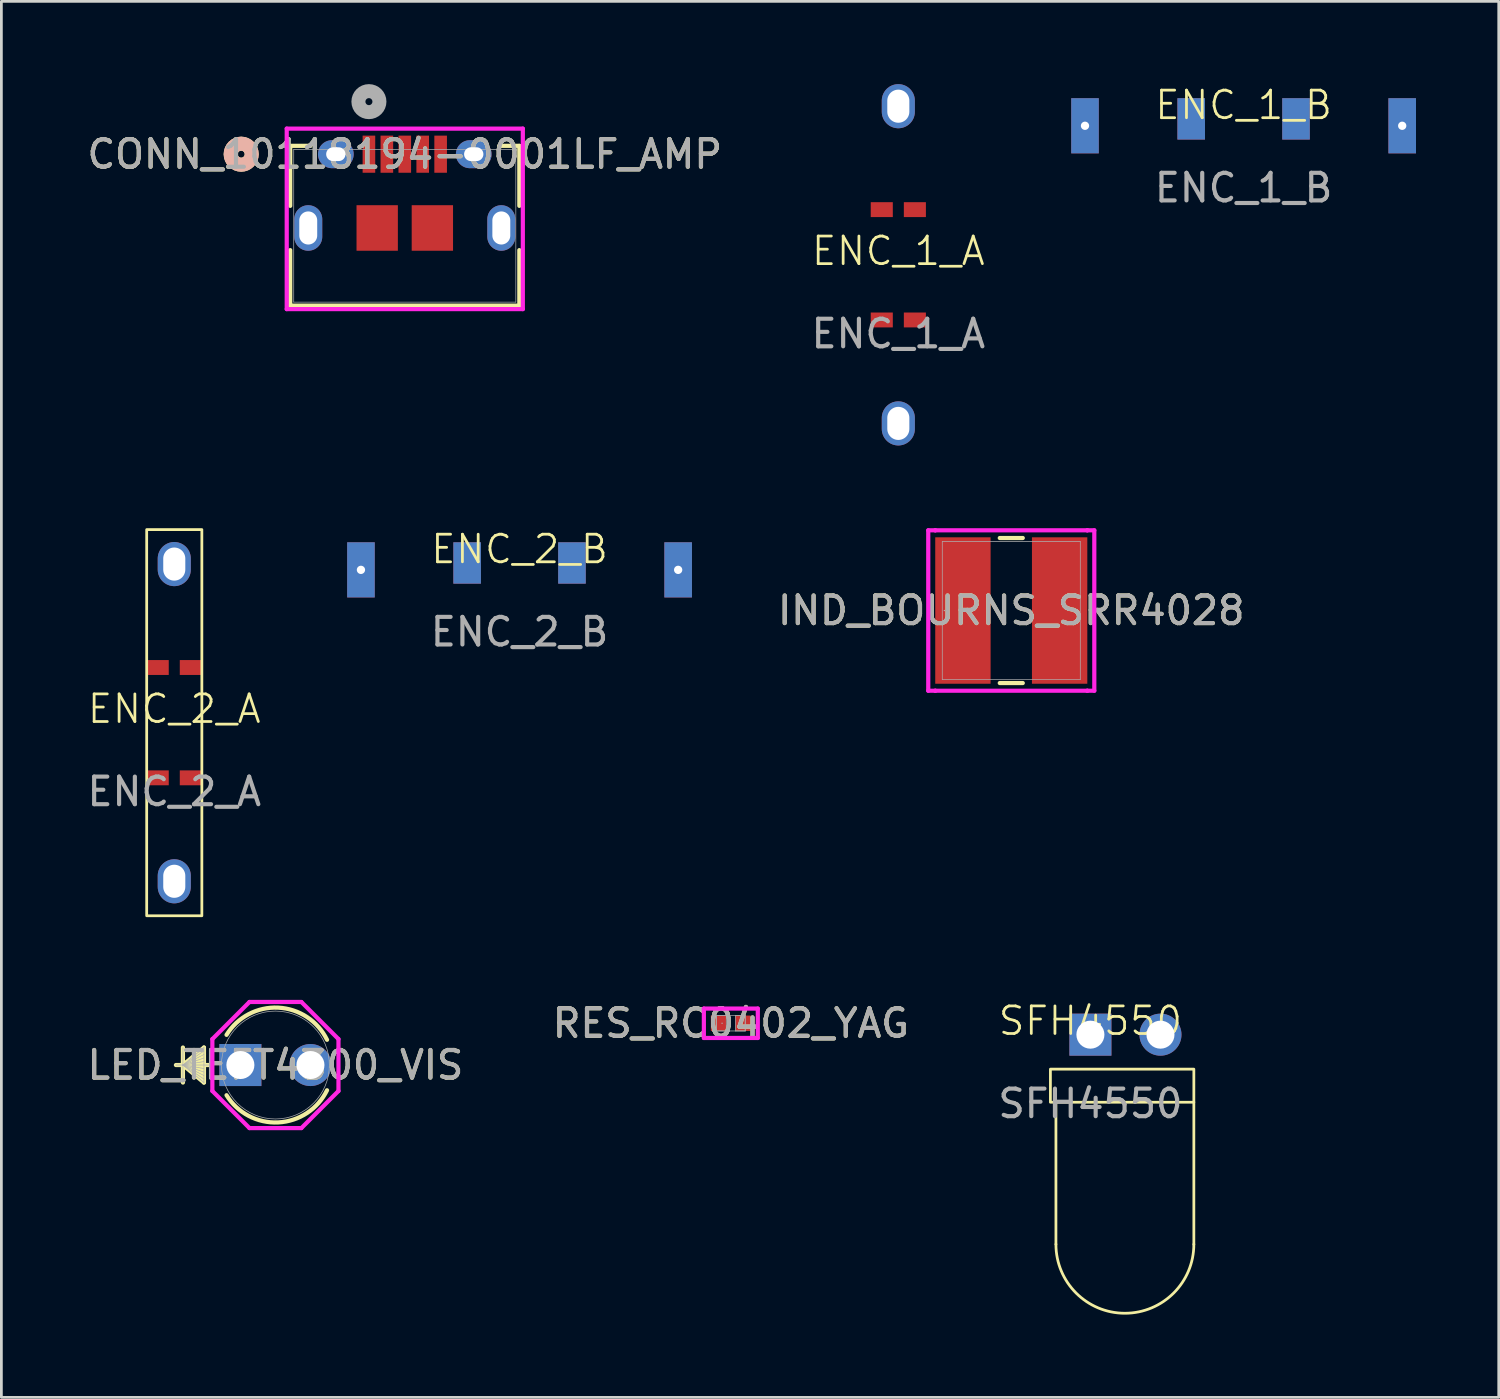
<source format=kicad_pcb>
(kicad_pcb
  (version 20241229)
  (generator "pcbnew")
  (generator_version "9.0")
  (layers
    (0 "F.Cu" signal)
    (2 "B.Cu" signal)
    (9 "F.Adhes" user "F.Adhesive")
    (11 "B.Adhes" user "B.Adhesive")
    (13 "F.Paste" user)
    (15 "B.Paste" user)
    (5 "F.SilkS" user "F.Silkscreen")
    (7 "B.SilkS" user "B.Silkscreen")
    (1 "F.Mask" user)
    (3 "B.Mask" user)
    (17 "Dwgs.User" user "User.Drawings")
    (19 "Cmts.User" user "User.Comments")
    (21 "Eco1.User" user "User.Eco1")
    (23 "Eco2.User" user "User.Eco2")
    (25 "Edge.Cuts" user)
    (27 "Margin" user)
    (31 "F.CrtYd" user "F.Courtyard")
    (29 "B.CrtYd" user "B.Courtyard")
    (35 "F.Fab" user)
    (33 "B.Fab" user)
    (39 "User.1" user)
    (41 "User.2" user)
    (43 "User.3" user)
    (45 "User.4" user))
  (footprint "LED_TEFT4300_VIS"
    (layer "F.Cu")
    (at 5.665 35.562)
    (property "Reference" "LED_TEFT4300_VIS" (at 1.27 0 0) (unlocked yes) (layer "F.SilkS") (effects (font (size 1 1) (thickness 0.15))))
    (attr through_hole)
    (fp_line (start -2.083 -0.635) (end -2.083 0.635) (stroke (width 0.152) (type solid)) (layer "F.SilkS"))
    (fp_line (start -2.083 0) (end -1.321 -0.635) (stroke (width 0.152) (type solid)) (layer "F.SilkS"))
    (fp_line (start -2.083 0) (end -1.321 -0.508) (stroke (width 0.152) (type solid)) (layer "F.SilkS"))
    (fp_line (start -2.083 0) (end -1.321 -0.381) (stroke (width 0.152) (type solid)) (layer "F.SilkS"))
    (fp_line (start -2.083 0) (end -1.321 -0.254) (stroke (width 0.152) (type solid)) (layer "F.SilkS"))
    (fp_line (start -2.083 0) (end -1.321 -0.127) (stroke (width 0.152) (type solid)) (layer "F.SilkS"))
    (fp_line (start -2.083 0) (end -1.321 0.127) (stroke (width 0.152) (type solid)) (layer "F.SilkS"))
    (fp_line (start -2.083 0) (end -1.321 0.254) (stroke (width 0.152) (type solid)) (layer "F.SilkS"))
    (fp_line (start -2.083 0) (end -1.321 0.381) (stroke (width 0.152) (type solid)) (layer "F.SilkS"))
    (fp_line (start -2.083 0) (end -1.321 0.508) (stroke (width 0.152) (type solid)) (layer "F.SilkS"))
    (fp_line (start -2.083 0) (end -1.321 0.635) (stroke (width 0.152) (type solid)) (layer "F.SilkS"))
    (fp_line (start -1.321 -0.635) (end -1.321 0.635) (stroke (width 0.152) (type solid)) (layer "F.SilkS"))
    (fp_line (start -1.095 0) (end -2.337 0) (stroke (width 0.152) (type solid)) (layer "F.SilkS"))
    (fp_arc (start -0.501891 -1.094742) (mid 1.372654 -2.080269) (end 3.141063 -0.914975) (stroke (width 0.1524) (type solid)) (layer "F.SilkS"))
    (fp_arc (start 3.141062 0.914976) (mid 1.372652 2.080269) (end -0.501892 1.09474) (stroke (width 0.1524) (type solid)) (layer "F.SilkS"))
    (fp_line (start -1.016 -0.941) (end 0.329 -2.286) (stroke (width 0.152) (type solid)) (layer "F.CrtYd"))
    (fp_line (start -1.016 0.941) (end -1.016 -0.941) (stroke (width 0.152) (type solid)) (layer "F.CrtYd"))
    (fp_line (start 0.329 -2.286) (end 2.211 -2.286) (stroke (width 0.152) (type solid)) (layer "F.CrtYd"))
    (fp_line (start 0.329 2.286) (end -1.016 0.941) (stroke (width 0.152) (type solid)) (layer "F.CrtYd"))
    (fp_line (start 2.211 -2.286) (end 3.556 -0.941) (stroke (width 0.152) (type solid)) (layer "F.CrtYd"))
    (fp_line (start 2.211 2.286) (end 0.329 2.286) (stroke (width 0.152) (type solid)) (layer "F.CrtYd"))
    (fp_line (start 3.556 -0.941) (end 3.556 0.941) (stroke (width 0.152) (type solid)) (layer "F.CrtYd"))
    (fp_line (start 3.556 0.941) (end 2.211 2.286) (stroke (width 0.152) (type solid)) (layer "F.CrtYd"))
    (fp_line (start -2.083 -0.635) (end -2.083 0.635) (stroke (width 0.025) (type solid)) (layer "F.Fab"))
    (fp_line (start -2.083 0) (end -1.321 -0.635) (stroke (width 0.025) (type solid)) (layer "F.Fab"))
    (fp_line (start -2.083 0) (end -1.321 -0.508) (stroke (width 0.025) (type solid)) (layer "F.Fab"))
    (fp_line (start -2.083 0) (end -1.321 -0.381) (stroke (width 0.025) (type solid)) (layer "F.Fab"))
    (fp_line (start -2.083 0) (end -1.321 -0.254) (stroke (width 0.025) (type solid)) (layer "F.Fab"))
    (fp_line (start -2.083 0) (end -1.321 -0.127) (stroke (width 0.025) (type solid)) (layer "F.Fab"))
    (fp_line (start -2.083 0) (end -1.321 0.127) (stroke (width 0.025) (type solid)) (layer "F.Fab"))
    (fp_line (start -2.083 0) (end -1.321 0.254) (stroke (width 0.025) (type solid)) (layer "F.Fab"))
    (fp_line (start -2.083 0) (end -1.321 0.381) (stroke (width 0.025) (type solid)) (layer "F.Fab"))
    (fp_line (start -2.083 0) (end -1.321 0.508) (stroke (width 0.025) (type solid)) (layer "F.Fab"))
    (fp_line (start -2.083 0) (end -1.321 0.635) (stroke (width 0.025) (type solid)) (layer "F.Fab"))
    (fp_line (start -1.321 -0.635) (end -1.321 0.635) (stroke (width 0.025) (type solid)) (layer "F.Fab"))
    (fp_line (start -1.067 0) (end -2.337 0) (stroke (width 0.025) (type solid)) (layer "F.Fab"))
    (fp_circle (center 1.27 0) (end 3.226 0) (stroke (width 0.025) (type solid)) (fill no) (layer "F.Fab"))
    (fp_text user "${REFERENCE}" (at 1.27 0 0) (unlocked yes) (layer "F.Fab") (effects (font (size 1 1) (thickness 0.15))))
    (pad "1" thru_hole rect (at 0 0) (size 1.524 1.524) (drill 1.016) (layers "*.Cu" "*.Mask"))
    (pad "2" thru_hole circle (at 2.54 0) (size 1.524 1.524) (drill 1.016) (layers "*.Cu" "*.Mask")))
  (footprint "ENC_2_B"
    (layer "F.Cu")
    (at 15.786 17.36)
    (property "Reference" "ENC_2_B" (at 0 -0.5 0) (unlocked yes) (layer "F.SilkS") (effects (font (size 1 1) (thickness 0.1))))
    (fp_text user "${REFERENCE}" (at 0 2.5 0) (unlocked yes) (layer "F.Fab") (effects (font (size 1 1) (thickness 0.15))))
    (pad "1" thru_hole rect (at -5.75 0.25) (size 1 2) (drill 0.3) (layers "*.Cu" "*.Mask"))
    (pad "2" smd rect (at 1.9 0) (size 1 1.5) (layers "B.Cu" "B.Mask" "B.Paste"))
    (pad "3" smd rect (at 1.9 0) (size 1 1.5) (layers "F.Cu" "F.Mask" "F.Paste"))
    (pad "4" smd rect (at -1.9 0) (size 1 1.5) (layers "B.Cu" "B.Mask" "B.Paste"))
    (pad "5" smd rect (at -1.9 0) (size 1 1.5) (layers "F.Cu" "F.Mask" "F.Paste"))
    (pad "6" thru_hole rect (at 5.75 0.25) (size 1 2) (drill 0.3) (layers "*.Cu" "*.Mask")))
  (footprint "ENC_1_A"
    (layer "F.Cu")
    (at 29.518 6.55)
    (property "Reference" "ENC_1_A" (at 0 -0.5 0) (unlocked yes) (layer "F.SilkS") (effects (font (size 1 1) (thickness 0.1))))
    (fp_text user "${REFERENCE}" (at 0 2.5 0) (unlocked yes) (layer "F.Fab") (effects (font (size 1 1) (thickness 0.15))))
    (pad "1" thru_hole oval (at 0 5.75 90) (size 1.6 1.2) (drill oval 1.2 0.8) (layers "*.Cu" "*.Mask"))
    (pad "2" smd rect (at -0.6 2 90) (size 0.54 0.8) (layers "F.Cu" "F.Mask" "F.Paste"))
    (pad "3" smd rect (at 0.6 2 90) (size 0.54 0.8) (layers "F.Cu" "F.Mask" "F.Paste"))
    (pad "4" smd rect (at -0.6 -2 90) (size 0.54 0.8) (layers "F.Cu" "F.Mask" "F.Paste"))
    (pad "5" smd rect (at 0.6 -2 90) (size 0.54 0.8) (layers "F.Cu" "F.Mask" "F.Paste"))
    (pad "6" thru_hole oval (at 0 -5.75 90) (size 1.6 1.2) (drill oval 1.2 0.8) (layers "*.Cu" "*.Mask")))
  (footprint "CONN_10118194-0001LF_AMP"
    (layer "F.Cu")
    (at 11.625 5.134)
    (property "Reference" "CONN_10118194-0001LF_AMP" (at 0 -2.594 0) (unlocked yes) (layer "F.SilkS") (effects (font (size 1 1) (thickness 0.15))))
    (attr smd)
    (fp_line (start -4.153 -2.896) (end -4.153 -0.721) (stroke (width 0.152) (type solid)) (layer "F.SilkS"))
    (fp_line (start -4.153 0.884) (end -4.153 2.896) (stroke (width 0.152) (type solid)) (layer "F.SilkS"))
    (fp_line (start -4.153 2.896) (end 4.153 2.896) (stroke (width 0.152) (type solid)) (layer "F.SilkS"))
    (fp_line (start -3.423 -2.896) (end -4.153 -2.896) (stroke (width 0.152) (type solid)) (layer "F.SilkS"))
    (fp_line (start 4.153 -2.896) (end 3.423 -2.896) (stroke (width 0.152) (type solid)) (layer "F.SilkS"))
    (fp_line (start 4.153 -0.721) (end 4.153 -2.896) (stroke (width 0.152) (type solid)) (layer "F.SilkS"))
    (fp_line (start 4.153 2.896) (end 4.153 0.884) (stroke (width 0.152) (type solid)) (layer "F.SilkS"))
    (fp_circle (center -5.931 -2.594) (end -5.55 -2.594) (stroke (width 0.508) (type solid)) (fill no) (layer "F.SilkS"))
    (fp_circle (center -5.931 -2.594) (end -5.55 -2.594) (stroke (width 0.508) (type solid)) (fill no) (layer "B.SilkS"))
    (fp_line (start -4.28 -3.521) (end -4.28 3.023) (stroke (width 0.152) (type solid)) (layer "F.CrtYd"))
    (fp_line (start -4.28 3.023) (end 4.28 3.023) (stroke (width 0.152) (type solid)) (layer "F.CrtYd"))
    (fp_line (start 4.28 -3.521) (end -4.28 -3.521) (stroke (width 0.152) (type solid)) (layer "F.CrtYd"))
    (fp_line (start 4.28 3.023) (end 4.28 -3.521) (stroke (width 0.152) (type solid)) (layer "F.CrtYd"))
    (fp_line (start -4.026 -2.769) (end -4.026 2.769) (stroke (width 0.025) (type solid)) (layer "F.Fab"))
    (fp_line (start -4.026 2.769) (end 4.026 2.769) (stroke (width 0.025) (type solid)) (layer "F.Fab"))
    (fp_line (start 4.026 -2.769) (end -4.026 -2.769) (stroke (width 0.025) (type solid)) (layer "F.Fab"))
    (fp_line (start 4.026 2.769) (end 4.026 -2.769) (stroke (width 0.025) (type solid)) (layer "F.Fab"))
    (fp_circle (center -1.3 -4.499) (end -0.919 -4.499) (stroke (width 0.508) (type solid)) (fill no) (layer "F.Fab"))
    (fp_text user "${REFERENCE}" (at 0 -2.594 0) (unlocked yes) (layer "F.Fab") (effects (font (size 1 1) (thickness 0.15))))
    (pad "1" smd rect (at -1.3 -2.594) (size 0.457 1.346) (layers "F.Cu" "F.Mask" "F.Paste"))
    (pad "2" smd rect (at -0.65 -2.594) (size 0.457 1.346) (layers "F.Cu" "F.Mask" "F.Paste"))
    (pad "3" smd rect (at 0 -2.594) (size 0.457 1.346) (layers "F.Cu" "F.Mask" "F.Paste"))
    (pad "4" smd rect (at 0.65 -2.594) (size 0.457 1.346) (layers "F.Cu" "F.Mask" "F.Paste"))
    (pad "5" smd rect (at 1.3 -2.594) (size 0.457 1.346) (layers "F.Cu" "F.Mask" "F.Paste"))
    (pad "6" thru_hole oval (at -3.5 0.081 90) (size 1.651 1.016) (drill oval 1.2 0.65) (layers "*.Cu" "*.Mask"))
    (pad "6" thru_hole oval (at -2.5 -2.594) (size 1.295 1.016) (drill oval 0.7 0.5) (layers "*.Cu" "*.Mask"))
    (pad "6" smd rect (at -1 0.081) (size 1.499 1.651) (layers "F.Cu" "F.Mask" "F.Paste"))
    (pad "6" smd rect (at 1 0.081) (size 1.499 1.651) (layers "F.Cu" "F.Mask" "F.Paste"))
    (pad "6" thru_hole oval (at 2.5 -2.594) (size 1.295 1.016) (drill oval 0.7 0.5) (layers "*.Cu" "*.Mask"))
    (pad "6" thru_hole oval (at 3.5 0.081 90) (size 1.651 1.016) (drill oval 1.2 0.65) (layers "*.Cu" "*.Mask")))
  (footprint "ENC_1_B"
    (layer "F.Cu")
    (at 42.036 1.26)
    (property "Reference" "ENC_1_B" (at 0 -0.5 0) (unlocked yes) (layer "F.SilkS") (effects (font (size 1 1) (thickness 0.1))))
    (fp_text user "${REFERENCE}" (at 0 2.5 0) (unlocked yes) (layer "F.Fab") (effects (font (size 1 1) (thickness 0.15))))
    (pad "1" thru_hole rect (at 5.75 0.25) (size 1 2) (drill 0.3) (layers "*.Cu" "*.Mask"))
    (pad "2" smd rect (at 1.9 0) (size 1 1.5) (layers "F.Cu" "F.Mask" "F.Paste"))
    (pad "3" smd rect (at 1.9 0) (size 1 1.5) (layers "B.Cu" "B.Mask" "B.Paste"))
    (pad "4" smd rect (at -1.9 0) (size 1 1.5) (layers "F.Cu" "F.Mask" "F.Paste"))
    (pad "5" smd rect (at -1.9 0) (size 1 1.5) (layers "B.Cu" "B.Mask" "B.Paste"))
    (pad "6" thru_hole rect (at -5.75 0.25) (size 1 2) (drill 0.3) (layers "*.Cu" "*.Mask")))
  (footprint "IND_BOURNS_SRR4028"
    (layer "F.Cu")
    (at 33.613 19.084)
    (property "Reference" "IND_BOURNS_SRR4028" (at 0 0 0) (unlocked yes) (layer "F.SilkS") (effects (font (size 1 1) (thickness 0.15))))
    (attr smd)
    (fp_line (start -0.417 2.629) (end 0.417 2.629) (stroke (width 0.152) (type solid)) (layer "F.SilkS"))
    (fp_line (start 0.417 -2.629) (end -0.417 -2.629) (stroke (width 0.152) (type solid)) (layer "F.SilkS"))
    (fp_line (start -3.01 -2.908) (end -2.756 -2.908) (stroke (width 0.152) (type solid)) (layer "F.CrtYd"))
    (fp_line (start -3.01 2.908) (end -3.01 -2.908) (stroke (width 0.152) (type solid)) (layer "F.CrtYd"))
    (fp_line (start -2.756 -2.908) (end -2.756 -2.908) (stroke (width 0.152) (type solid)) (layer "F.CrtYd"))
    (fp_line (start -2.756 -2.908) (end 2.756 -2.908) (stroke (width 0.152) (type solid)) (layer "F.CrtYd"))
    (fp_line (start -2.756 2.908) (end -3.01 2.908) (stroke (width 0.152) (type solid)) (layer "F.CrtYd"))
    (fp_line (start -2.756 2.908) (end -2.756 2.908) (stroke (width 0.152) (type solid)) (layer "F.CrtYd"))
    (fp_line (start 2.756 -2.908) (end 2.756 -2.908) (stroke (width 0.152) (type solid)) (layer "F.CrtYd"))
    (fp_line (start 2.756 -2.908) (end 3.01 -2.908) (stroke (width 0.152) (type solid)) (layer "F.CrtYd"))
    (fp_line (start 2.756 2.908) (end -2.756 2.908) (stroke (width 0.152) (type solid)) (layer "F.CrtYd"))
    (fp_line (start 2.756 2.908) (end 2.756 2.908) (stroke (width 0.152) (type solid)) (layer "F.CrtYd"))
    (fp_line (start 3.01 -2.908) (end 3.01 2.908) (stroke (width 0.152) (type solid)) (layer "F.CrtYd"))
    (fp_line (start 3.01 2.908) (end 2.756 2.908) (stroke (width 0.152) (type solid)) (layer "F.CrtYd"))
    (fp_line (start -2.502 -2.502) (end -2.502 2.502) (stroke (width 0.025) (type solid)) (layer "F.Fab"))
    (fp_line (start -2.502 2.502) (end 2.502 2.502) (stroke (width 0.025) (type solid)) (layer "F.Fab"))
    (fp_line (start 2.502 -2.502) (end -2.502 -2.502) (stroke (width 0.025) (type solid)) (layer "F.Fab"))
    (fp_line (start 2.502 2.502) (end 2.502 -2.502) (stroke (width 0.025) (type solid)) (layer "F.Fab"))
    (fp_circle (center -2.426 0) (end -2.426 0) (stroke (width 0.025) (type solid)) (fill no) (layer "F.Fab"))
    (fp_text user "${REFERENCE}" (at 0 0 0) (unlocked yes) (layer "F.Fab") (effects (font (size 1 1) (thickness 0.15))))
    (pad "1" smd rect (at -1.753 0) (size 2.007 5.309) (layers "F.Cu" "F.Mask" "F.Paste"))
    (pad "2" smd rect (at 1.753 0) (size 2.007 5.309) (layers "F.Cu" "F.Mask" "F.Paste"))
    (zone (net_name "") (layer "F.Cu") (hatch full 0.508) (connect_pads) (min_thickness 0.254) (filled_areas_thickness no) (keepout (tracks not_allowed) (vias not_allowed) (pads allowed) (copperpour not_allowed) (footprints allowed)) (placement (enabled no)) (fill) (polygon (pts (xy 32.915 16.481) (xy 34.312 16.481) (xy 34.312 21.688) (xy 32.915 21.688)))))
  (footprint "RES_RC0402_YAG"
    (layer "F.Cu")
    (at 23.446 34.048)
    (property "Reference" "RES_RC0402_YAG" (at 0 0 0) (unlocked yes) (layer "F.SilkS") (effects (font (size 1 1) (thickness 0.15))))
    (attr smd)
    (fp_line (start -0.978 -0.533) (end 0.978 -0.533) (stroke (width 0.152) (type solid)) (layer "F.CrtYd"))
    (fp_line (start -0.978 0.533) (end -0.978 -0.533) (stroke (width 0.152) (type solid)) (layer "F.CrtYd"))
    (fp_line (start 0.978 -0.533) (end 0.978 0.533) (stroke (width 0.152) (type solid)) (layer "F.CrtYd"))
    (fp_line (start 0.978 0.533) (end -0.978 0.533) (stroke (width 0.152) (type solid)) (layer "F.CrtYd"))
    (fp_line (start -0.521 -0.279) (end -0.521 0.279) (stroke (width 0.025) (type solid)) (layer "F.Fab"))
    (fp_line (start -0.521 -0.279) (end -0.521 0.279) (stroke (width 0.025) (type solid)) (layer "F.Fab"))
    (fp_line (start -0.521 0.279) (end -0.165 0.279) (stroke (width 0.025) (type solid)) (layer "F.Fab"))
    (fp_line (start -0.521 0.279) (end 0.521 0.279) (stroke (width 0.025) (type solid)) (layer "F.Fab"))
    (fp_line (start -0.165 -0.279) (end -0.521 -0.279) (stroke (width 0.025) (type solid)) (layer "F.Fab"))
    (fp_line (start -0.165 0.279) (end -0.165 -0.279) (stroke (width 0.025) (type solid)) (layer "F.Fab"))
    (fp_line (start 0.165 -0.279) (end 0.165 0.279) (stroke (width 0.025) (type solid)) (layer "F.Fab"))
    (fp_line (start 0.165 0.279) (end 0.521 0.279) (stroke (width 0.025) (type solid)) (layer "F.Fab"))
    (fp_line (start 0.521 -0.279) (end -0.521 -0.279) (stroke (width 0.025) (type solid)) (layer "F.Fab"))
    (fp_line (start 0.521 -0.279) (end 0.165 -0.279) (stroke (width 0.025) (type solid)) (layer "F.Fab"))
    (fp_line (start 0.521 0.279) (end 0.521 -0.279) (stroke (width 0.025) (type solid)) (layer "F.Fab"))
    (fp_line (start 0.521 0.279) (end 0.521 -0.279) (stroke (width 0.025) (type solid)) (layer "F.Fab"))
    (fp_circle (center -0.318 0) (end -0.318 0) (stroke (width 0.025) (type solid)) (fill no) (layer "F.Fab"))
    (fp_text user "${REFERENCE}" (at 0 0 0) (unlocked yes) (layer "F.Fab") (effects (font (size 1 1) (thickness 0.15))))
    (pad "1" smd rect (at -0.445 0) (size 0.559 0.559) (layers "F.Cu" "F.Mask" "F.Paste"))
    (pad "2" smd rect (at 0.445 0) (size 0.559 0.559) (layers "F.Cu" "F.Mask" "F.Paste"))
    (zone (net_name "") (layer "F.Cu") (hatch full 0.508) (connect_pads) (min_thickness 0.254) (filled_areas_thickness no) (keepout (tracks not_allowed) (vias not_allowed) (pads allowed) (copperpour not_allowed) (footprints allowed)) (placement (enabled no)) (fill) (polygon (pts (xy 23.332 33.82) (xy 23.561 33.82) (xy 23.561 34.277) (xy 23.332 34.277)))))
  (footprint "SFH4550"
    (layer "F.Cu")
    (at 36.482 34.461)
    (property "Reference" "SFH4550" (at 0 -0.5 0) (unlocked yes) (layer "F.SilkS") (effects (font (size 1 1) (thickness 0.1))))
    (fp_line (start -1.25 2.45) (end -1.25 7.6) (stroke (width 0.1) (type default)) (layer "F.SilkS"))
    (fp_line (start 3.75 2.45) (end 3.75 7.6) (stroke (width 0.1) (type default)) (layer "F.SilkS"))
    (fp_rect (start -1.45 1.25) (end 3.75 2.45) (stroke (width 0.1) (type default)) (fill no) (layer "F.SilkS"))
    (fp_arc (start 3.75 7.6) (mid 1.25 10.1) (end -1.25 7.6) (stroke (width 0.1) (type default)) (layer "F.SilkS"))
    (fp_text user "${REFERENCE}" (at 0 2.5 0) (unlocked yes) (layer "F.Fab") (effects (font (size 1 1) (thickness 0.15))))
    (pad "1" thru_hole rect (at 0 0) (size 1.524 1.524) (drill 1.016) (layers "*.Cu" "*.Mask"))
    (pad "2" thru_hole circle (at 2.54 0) (size 1.524 1.524) (drill 1.016) (layers "*.Cu" "*.Mask")))
  (footprint "ENC_2_A"
    (layer "F.Cu")
    (at 3.268 23.15)
    (property "Reference" "ENC_2_A" (at 0 -0.5 0) (unlocked yes) (layer "F.SilkS") (effects (font (size 1 1) (thickness 0.1))))
    (fp_rect (start -1 -7) (end 1 7) (stroke (width 0.1) (type default)) (fill no) (layer "F.SilkS"))
    (fp_text user "${REFERENCE}" (at 0 2.5 0) (unlocked yes) (layer "F.Fab") (effects (font (size 1 1) (thickness 0.15))))
    (pad "1" thru_hole oval (at 0 5.75 90) (size 1.6 1.2) (drill oval 1.2 0.8) (layers "*.Cu" "*.Mask"))
    (pad "2" smd rect (at -0.6 -2 90) (size 0.54 0.8) (layers "F.Cu" "F.Mask" "F.Paste"))
    (pad "3" smd rect (at 0.6 -2 90) (size 0.54 0.8) (layers "F.Cu" "F.Mask" "F.Paste"))
    (pad "4" smd rect (at -0.6 2 90) (size 0.54 0.8) (layers "F.Cu" "F.Mask" "F.Paste"))
    (pad "5" smd rect (at 0.6 2 90) (size 0.54 0.8) (layers "F.Cu" "F.Mask" "F.Paste"))
    (pad "6" thru_hole oval (at 0 -5.75 90) (size 1.6 1.2) (drill oval 1.2 0.8) (layers "*.Cu" "*.Mask")))
  (gr_rect
    (start -3 -3)
    (end 51.286 47.611)
    (stroke (width 0.1) (type default))
    (fill no)
    (layer "Edge.Cuts")))
</source>
